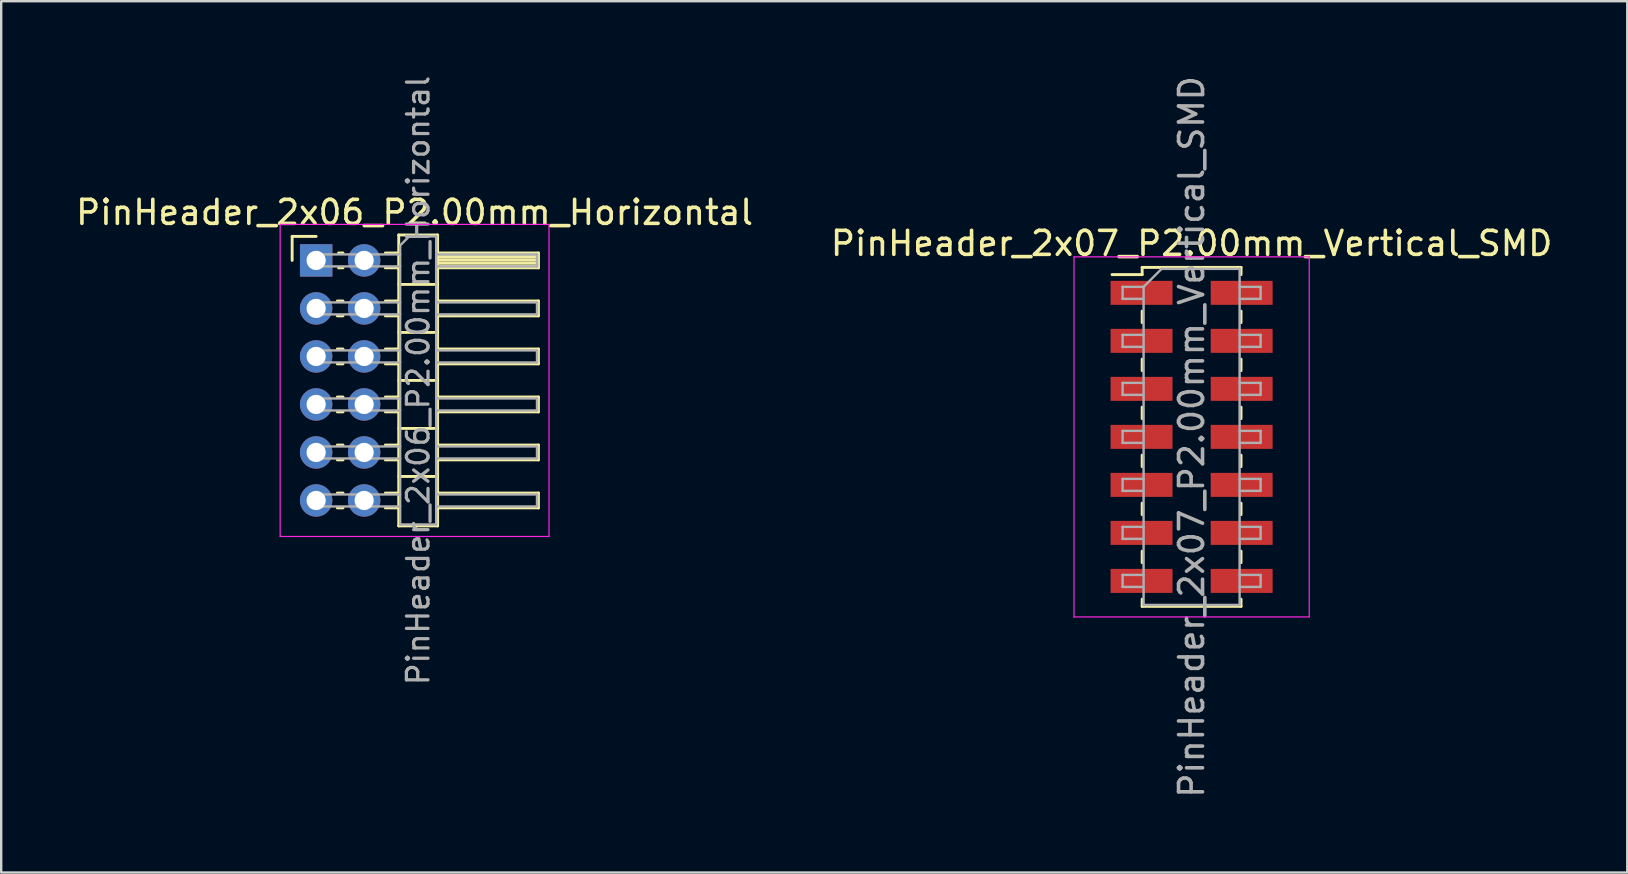
<source format=kicad_pcb>
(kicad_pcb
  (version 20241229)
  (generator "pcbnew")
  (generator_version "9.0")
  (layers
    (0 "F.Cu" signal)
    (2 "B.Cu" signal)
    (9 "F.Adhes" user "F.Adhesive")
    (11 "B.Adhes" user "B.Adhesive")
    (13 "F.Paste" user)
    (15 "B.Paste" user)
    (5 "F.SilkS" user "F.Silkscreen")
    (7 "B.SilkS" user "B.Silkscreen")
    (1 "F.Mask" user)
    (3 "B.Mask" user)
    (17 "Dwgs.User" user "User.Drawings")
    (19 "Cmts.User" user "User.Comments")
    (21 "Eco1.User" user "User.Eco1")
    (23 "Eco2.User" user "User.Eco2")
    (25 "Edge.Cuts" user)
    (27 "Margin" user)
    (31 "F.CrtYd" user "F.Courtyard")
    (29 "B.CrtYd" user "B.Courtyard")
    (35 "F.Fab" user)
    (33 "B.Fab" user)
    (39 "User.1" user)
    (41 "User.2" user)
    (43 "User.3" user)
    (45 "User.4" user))
  (footprint "PinHeader_2x06_P2.00mm_Horizontal"
    (layer "F.Cu")
    (at 10.12 7.798)
    (property "Reference" "PinHeader_2x06_P2.00mm_Horizontal" (at 4.1 -2 0) (layer "F.SilkS") (effects (font (size 1 1) (thickness 0.15))))
    (attr through_hole)
    (fp_line (start -1 -1) (end 0 -1) (stroke (width 0.12) (type solid)) (layer "F.SilkS"))
    (fp_line (start -1 0) (end -1 -1) (stroke (width 0.12) (type solid)) (layer "F.SilkS"))
    (fp_line (start 0.882 1.69) (end 1.118 1.69) (stroke (width 0.12) (type solid)) (layer "F.SilkS"))
    (fp_line (start 0.882 2.31) (end 1.118 2.31) (stroke (width 0.12) (type solid)) (layer "F.SilkS"))
    (fp_line (start 0.882 3.69) (end 1.118 3.69) (stroke (width 0.12) (type solid)) (layer "F.SilkS"))
    (fp_line (start 0.882 4.31) (end 1.118 4.31) (stroke (width 0.12) (type solid)) (layer "F.SilkS"))
    (fp_line (start 0.882 5.69) (end 1.118 5.69) (stroke (width 0.12) (type solid)) (layer "F.SilkS"))
    (fp_line (start 0.882 6.31) (end 1.118 6.31) (stroke (width 0.12) (type solid)) (layer "F.SilkS"))
    (fp_line (start 0.882 7.69) (end 1.118 7.69) (stroke (width 0.12) (type solid)) (layer "F.SilkS"))
    (fp_line (start 0.882 8.31) (end 1.118 8.31) (stroke (width 0.12) (type solid)) (layer "F.SilkS"))
    (fp_line (start 0.882 9.69) (end 1.118 9.69) (stroke (width 0.12) (type solid)) (layer "F.SilkS"))
    (fp_line (start 0.882 10.31) (end 1.118 10.31) (stroke (width 0.12) (type solid)) (layer "F.SilkS"))
    (fp_line (start 0.935 -0.31) (end 1.118 -0.31) (stroke (width 0.12) (type solid)) (layer "F.SilkS"))
    (fp_line (start 0.935 0.31) (end 1.118 0.31) (stroke (width 0.12) (type solid)) (layer "F.SilkS"))
    (fp_line (start 2.882 -0.31) (end 3.44 -0.31) (stroke (width 0.12) (type solid)) (layer "F.SilkS"))
    (fp_line (start 2.882 0.31) (end 3.44 0.31) (stroke (width 0.12) (type solid)) (layer "F.SilkS"))
    (fp_line (start 2.882 1.69) (end 3.44 1.69) (stroke (width 0.12) (type solid)) (layer "F.SilkS"))
    (fp_line (start 2.882 2.31) (end 3.44 2.31) (stroke (width 0.12) (type solid)) (layer "F.SilkS"))
    (fp_line (start 2.882 3.69) (end 3.44 3.69) (stroke (width 0.12) (type solid)) (layer "F.SilkS"))
    (fp_line (start 2.882 4.31) (end 3.44 4.31) (stroke (width 0.12) (type solid)) (layer "F.SilkS"))
    (fp_line (start 2.882 5.69) (end 3.44 5.69) (stroke (width 0.12) (type solid)) (layer "F.SilkS"))
    (fp_line (start 2.882 6.31) (end 3.44 6.31) (stroke (width 0.12) (type solid)) (layer "F.SilkS"))
    (fp_line (start 2.882 7.69) (end 3.44 7.69) (stroke (width 0.12) (type solid)) (layer "F.SilkS"))
    (fp_line (start 2.882 8.31) (end 3.44 8.31) (stroke (width 0.12) (type solid)) (layer "F.SilkS"))
    (fp_line (start 2.882 9.69) (end 3.44 9.69) (stroke (width 0.12) (type solid)) (layer "F.SilkS"))
    (fp_line (start 2.882 10.31) (end 3.44 10.31) (stroke (width 0.12) (type solid)) (layer "F.SilkS"))
    (fp_line (start 3.44 -1.06) (end 3.44 11.06) (stroke (width 0.12) (type solid)) (layer "F.SilkS"))
    (fp_line (start 3.44 1) (end 5.06 1) (stroke (width 0.12) (type solid)) (layer "F.SilkS"))
    (fp_line (start 3.44 3) (end 5.06 3) (stroke (width 0.12) (type solid)) (layer "F.SilkS"))
    (fp_line (start 3.44 5) (end 5.06 5) (stroke (width 0.12) (type solid)) (layer "F.SilkS"))
    (fp_line (start 3.44 7) (end 5.06 7) (stroke (width 0.12) (type solid)) (layer "F.SilkS"))
    (fp_line (start 3.44 9) (end 5.06 9) (stroke (width 0.12) (type solid)) (layer "F.SilkS"))
    (fp_line (start 3.44 11.06) (end 5.06 11.06) (stroke (width 0.12) (type solid)) (layer "F.SilkS"))
    (fp_line (start 5.06 -1.06) (end 3.44 -1.06) (stroke (width 0.12) (type solid)) (layer "F.SilkS"))
    (fp_line (start 5.06 -0.31) (end 9.26 -0.31) (stroke (width 0.12) (type solid)) (layer "F.SilkS"))
    (fp_line (start 5.06 -0.25) (end 9.26 -0.25) (stroke (width 0.12) (type solid)) (layer "F.SilkS"))
    (fp_line (start 5.06 -0.13) (end 9.26 -0.13) (stroke (width 0.12) (type solid)) (layer "F.SilkS"))
    (fp_line (start 5.06 -0.01) (end 9.26 -0.01) (stroke (width 0.12) (type solid)) (layer "F.SilkS"))
    (fp_line (start 5.06 0.11) (end 9.26 0.11) (stroke (width 0.12) (type solid)) (layer "F.SilkS"))
    (fp_line (start 5.06 0.23) (end 9.26 0.23) (stroke (width 0.12) (type solid)) (layer "F.SilkS"))
    (fp_line (start 5.06 1.69) (end 9.26 1.69) (stroke (width 0.12) (type solid)) (layer "F.SilkS"))
    (fp_line (start 5.06 3.69) (end 9.26 3.69) (stroke (width 0.12) (type solid)) (layer "F.SilkS"))
    (fp_line (start 5.06 5.69) (end 9.26 5.69) (stroke (width 0.12) (type solid)) (layer "F.SilkS"))
    (fp_line (start 5.06 7.69) (end 9.26 7.69) (stroke (width 0.12) (type solid)) (layer "F.SilkS"))
    (fp_line (start 5.06 9.69) (end 9.26 9.69) (stroke (width 0.12) (type solid)) (layer "F.SilkS"))
    (fp_line (start 5.06 11.06) (end 5.06 -1.06) (stroke (width 0.12) (type solid)) (layer "F.SilkS"))
    (fp_line (start 9.26 -0.31) (end 9.26 0.31) (stroke (width 0.12) (type solid)) (layer "F.SilkS"))
    (fp_line (start 9.26 0.31) (end 5.06 0.31) (stroke (width 0.12) (type solid)) (layer "F.SilkS"))
    (fp_line (start 9.26 1.69) (end 9.26 2.31) (stroke (width 0.12) (type solid)) (layer "F.SilkS"))
    (fp_line (start 9.26 2.31) (end 5.06 2.31) (stroke (width 0.12) (type solid)) (layer "F.SilkS"))
    (fp_line (start 9.26 3.69) (end 9.26 4.31) (stroke (width 0.12) (type solid)) (layer "F.SilkS"))
    (fp_line (start 9.26 4.31) (end 5.06 4.31) (stroke (width 0.12) (type solid)) (layer "F.SilkS"))
    (fp_line (start 9.26 5.69) (end 9.26 6.31) (stroke (width 0.12) (type solid)) (layer "F.SilkS"))
    (fp_line (start 9.26 6.31) (end 5.06 6.31) (stroke (width 0.12) (type solid)) (layer "F.SilkS"))
    (fp_line (start 9.26 7.69) (end 9.26 8.31) (stroke (width 0.12) (type solid)) (layer "F.SilkS"))
    (fp_line (start 9.26 8.31) (end 5.06 8.31) (stroke (width 0.12) (type solid)) (layer "F.SilkS"))
    (fp_line (start 9.26 9.69) (end 9.26 10.31) (stroke (width 0.12) (type solid)) (layer "F.SilkS"))
    (fp_line (start 9.26 10.31) (end 5.06 10.31) (stroke (width 0.12) (type solid)) (layer "F.SilkS"))
    (fp_line (start -1.5 -1.5) (end -1.5 11.5) (stroke (width 0.05) (type solid)) (layer "F.CrtYd"))
    (fp_line (start -1.5 11.5) (end 9.7 11.5) (stroke (width 0.05) (type solid)) (layer "F.CrtYd"))
    (fp_line (start 9.7 -1.5) (end -1.5 -1.5) (stroke (width 0.05) (type solid)) (layer "F.CrtYd"))
    (fp_line (start 9.7 11.5) (end 9.7 -1.5) (stroke (width 0.05) (type solid)) (layer "F.CrtYd"))
    (fp_line (start -0.25 -0.25) (end -0.25 0.25) (stroke (width 0.1) (type solid)) (layer "F.Fab"))
    (fp_line (start -0.25 -0.25) (end 3.5 -0.25) (stroke (width 0.1) (type solid)) (layer "F.Fab"))
    (fp_line (start -0.25 0.25) (end 3.5 0.25) (stroke (width 0.1) (type solid)) (layer "F.Fab"))
    (fp_line (start -0.25 1.75) (end -0.25 2.25) (stroke (width 0.1) (type solid)) (layer "F.Fab"))
    (fp_line (start -0.25 1.75) (end 3.5 1.75) (stroke (width 0.1) (type solid)) (layer "F.Fab"))
    (fp_line (start -0.25 2.25) (end 3.5 2.25) (stroke (width 0.1) (type solid)) (layer "F.Fab"))
    (fp_line (start -0.25 3.75) (end -0.25 4.25) (stroke (width 0.1) (type solid)) (layer "F.Fab"))
    (fp_line (start -0.25 3.75) (end 3.5 3.75) (stroke (width 0.1) (type solid)) (layer "F.Fab"))
    (fp_line (start -0.25 4.25) (end 3.5 4.25) (stroke (width 0.1) (type solid)) (layer "F.Fab"))
    (fp_line (start -0.25 5.75) (end -0.25 6.25) (stroke (width 0.1) (type solid)) (layer "F.Fab"))
    (fp_line (start -0.25 5.75) (end 3.5 5.75) (stroke (width 0.1) (type solid)) (layer "F.Fab"))
    (fp_line (start -0.25 6.25) (end 3.5 6.25) (stroke (width 0.1) (type solid)) (layer "F.Fab"))
    (fp_line (start -0.25 7.75) (end -0.25 8.25) (stroke (width 0.1) (type solid)) (layer "F.Fab"))
    (fp_line (start -0.25 7.75) (end 3.5 7.75) (stroke (width 0.1) (type solid)) (layer "F.Fab"))
    (fp_line (start -0.25 8.25) (end 3.5 8.25) (stroke (width 0.1) (type solid)) (layer "F.Fab"))
    (fp_line (start -0.25 9.75) (end -0.25 10.25) (stroke (width 0.1) (type solid)) (layer "F.Fab"))
    (fp_line (start -0.25 9.75) (end 3.5 9.75) (stroke (width 0.1) (type solid)) (layer "F.Fab"))
    (fp_line (start -0.25 10.25) (end 3.5 10.25) (stroke (width 0.1) (type solid)) (layer "F.Fab"))
    (fp_line (start 3.5 -0.625) (end 3.875 -1) (stroke (width 0.1) (type solid)) (layer "F.Fab"))
    (fp_line (start 3.5 11) (end 3.5 -0.625) (stroke (width 0.1) (type solid)) (layer "F.Fab"))
    (fp_line (start 3.875 -1) (end 5 -1) (stroke (width 0.1) (type solid)) (layer "F.Fab"))
    (fp_line (start 5 -1) (end 5 11) (stroke (width 0.1) (type solid)) (layer "F.Fab"))
    (fp_line (start 5 -0.25) (end 9.2 -0.25) (stroke (width 0.1) (type solid)) (layer "F.Fab"))
    (fp_line (start 5 0.25) (end 9.2 0.25) (stroke (width 0.1) (type solid)) (layer "F.Fab"))
    (fp_line (start 5 1.75) (end 9.2 1.75) (stroke (width 0.1) (type solid)) (layer "F.Fab"))
    (fp_line (start 5 2.25) (end 9.2 2.25) (stroke (width 0.1) (type solid)) (layer "F.Fab"))
    (fp_line (start 5 3.75) (end 9.2 3.75) (stroke (width 0.1) (type solid)) (layer "F.Fab"))
    (fp_line (start 5 4.25) (end 9.2 4.25) (stroke (width 0.1) (type solid)) (layer "F.Fab"))
    (fp_line (start 5 5.75) (end 9.2 5.75) (stroke (width 0.1) (type solid)) (layer "F.Fab"))
    (fp_line (start 5 6.25) (end 9.2 6.25) (stroke (width 0.1) (type solid)) (layer "F.Fab"))
    (fp_line (start 5 7.75) (end 9.2 7.75) (stroke (width 0.1) (type solid)) (layer "F.Fab"))
    (fp_line (start 5 8.25) (end 9.2 8.25) (stroke (width 0.1) (type solid)) (layer "F.Fab"))
    (fp_line (start 5 9.75) (end 9.2 9.75) (stroke (width 0.1) (type solid)) (layer "F.Fab"))
    (fp_line (start 5 10.25) (end 9.2 10.25) (stroke (width 0.1) (type solid)) (layer "F.Fab"))
    (fp_line (start 5 11) (end 3.5 11) (stroke (width 0.1) (type solid)) (layer "F.Fab"))
    (fp_line (start 9.2 -0.25) (end 9.2 0.25) (stroke (width 0.1) (type solid)) (layer "F.Fab"))
    (fp_line (start 9.2 1.75) (end 9.2 2.25) (stroke (width 0.1) (type solid)) (layer "F.Fab"))
    (fp_line (start 9.2 3.75) (end 9.2 4.25) (stroke (width 0.1) (type solid)) (layer "F.Fab"))
    (fp_line (start 9.2 5.75) (end 9.2 6.25) (stroke (width 0.1) (type solid)) (layer "F.Fab"))
    (fp_line (start 9.2 7.75) (end 9.2 8.25) (stroke (width 0.1) (type solid)) (layer "F.Fab"))
    (fp_line (start 9.2 9.75) (end 9.2 10.25) (stroke (width 0.1) (type solid)) (layer "F.Fab"))
    (fp_text user "${REFERENCE}" (at 4.25 5 90) (layer "F.Fab") (effects (font (size 0.9 0.9) (thickness 0.135))))
    (pad "1" thru_hole rect (at 0 0) (size 1.35 1.35) (drill 0.8) (layers "*.Cu" "*.Mask"))
    (pad "2" thru_hole oval (at 2 0) (size 1.35 1.35) (drill 0.8) (layers "*.Cu" "*.Mask"))
    (pad "3" thru_hole oval (at 0 2) (size 1.35 1.35) (drill 0.8) (layers "*.Cu" "*.Mask"))
    (pad "4" thru_hole oval (at 2 2) (size 1.35 1.35) (drill 0.8) (layers "*.Cu" "*.Mask"))
    (pad "5" thru_hole oval (at 0 4) (size 1.35 1.35) (drill 0.8) (layers "*.Cu" "*.Mask"))
    (pad "6" thru_hole oval (at 2 4) (size 1.35 1.35) (drill 0.8) (layers "*.Cu" "*.Mask"))
    (pad "7" thru_hole oval (at 0 6) (size 1.35 1.35) (drill 0.8) (layers "*.Cu" "*.Mask"))
    (pad "8" thru_hole oval (at 2 6) (size 1.35 1.35) (drill 0.8) (layers "*.Cu" "*.Mask"))
    (pad "9" thru_hole oval (at 0 8) (size 1.35 1.35) (drill 0.8) (layers "*.Cu" "*.Mask"))
    (pad "10" thru_hole oval (at 2 8) (size 1.35 1.35) (drill 0.8) (layers "*.Cu" "*.Mask"))
    (pad "11" thru_hole oval (at 0 10) (size 1.35 1.35) (drill 0.8) (layers "*.Cu" "*.Mask"))
    (pad "12" thru_hole oval (at 2 10) (size 1.35 1.35) (drill 0.8) (layers "*.Cu" "*.Mask")))
  (footprint "PinHeader_2x07_P2.00mm_Vertical_SMD"
    (layer "F.Cu")
    (at 46.589 15.149)
    (property "Reference" "PinHeader_2x07_P2.00mm_Vertical_SMD" (at 0 -8.06 0) (layer "F.SilkS") (effects (font (size 1 1) (thickness 0.15))))
    (attr smd)
    (fp_line (start -3.315 -6.76) (end -2.06 -6.76) (stroke (width 0.12) (type solid)) (layer "F.SilkS"))
    (fp_line (start -2.06 -7.06) (end -2.06 -6.76) (stroke (width 0.12) (type solid)) (layer "F.SilkS"))
    (fp_line (start -2.06 -7.06) (end 2.06 -7.06) (stroke (width 0.12) (type solid)) (layer "F.SilkS"))
    (fp_line (start -2.06 -5.24) (end -2.06 -4.76) (stroke (width 0.12) (type solid)) (layer "F.SilkS"))
    (fp_line (start -2.06 -3.24) (end -2.06 -2.76) (stroke (width 0.12) (type solid)) (layer "F.SilkS"))
    (fp_line (start -2.06 -1.24) (end -2.06 -0.76) (stroke (width 0.12) (type solid)) (layer "F.SilkS"))
    (fp_line (start -2.06 0.76) (end -2.06 1.24) (stroke (width 0.12) (type solid)) (layer "F.SilkS"))
    (fp_line (start -2.06 2.76) (end -2.06 3.24) (stroke (width 0.12) (type solid)) (layer "F.SilkS"))
    (fp_line (start -2.06 4.76) (end -2.06 5.24) (stroke (width 0.12) (type solid)) (layer "F.SilkS"))
    (fp_line (start -2.06 6.76) (end -2.06 7.06) (stroke (width 0.12) (type solid)) (layer "F.SilkS"))
    (fp_line (start -2.06 7.06) (end 2.06 7.06) (stroke (width 0.12) (type solid)) (layer "F.SilkS"))
    (fp_line (start 2.06 -7.06) (end 2.06 -6.76) (stroke (width 0.12) (type solid)) (layer "F.SilkS"))
    (fp_line (start 2.06 -5.24) (end 2.06 -4.76) (stroke (width 0.12) (type solid)) (layer "F.SilkS"))
    (fp_line (start 2.06 -3.24) (end 2.06 -2.76) (stroke (width 0.12) (type solid)) (layer "F.SilkS"))
    (fp_line (start 2.06 -1.24) (end 2.06 -0.76) (stroke (width 0.12) (type solid)) (layer "F.SilkS"))
    (fp_line (start 2.06 0.76) (end 2.06 1.24) (stroke (width 0.12) (type solid)) (layer "F.SilkS"))
    (fp_line (start 2.06 2.76) (end 2.06 3.24) (stroke (width 0.12) (type solid)) (layer "F.SilkS"))
    (fp_line (start 2.06 4.76) (end 2.06 5.24) (stroke (width 0.12) (type solid)) (layer "F.SilkS"))
    (fp_line (start 2.06 6.76) (end 2.06 7.06) (stroke (width 0.12) (type solid)) (layer "F.SilkS"))
    (fp_line (start -4.9 -7.5) (end -4.9 7.5) (stroke (width 0.05) (type solid)) (layer "F.CrtYd"))
    (fp_line (start -4.9 7.5) (end 4.9 7.5) (stroke (width 0.05) (type solid)) (layer "F.CrtYd"))
    (fp_line (start 4.9 -7.5) (end -4.9 -7.5) (stroke (width 0.05) (type solid)) (layer "F.CrtYd"))
    (fp_line (start 4.9 7.5) (end 4.9 -7.5) (stroke (width 0.05) (type solid)) (layer "F.CrtYd"))
    (fp_line (start -2.875 -6.25) (end -2.875 -5.75) (stroke (width 0.1) (type solid)) (layer "F.Fab"))
    (fp_line (start -2.875 -5.75) (end -2 -5.75) (stroke (width 0.1) (type solid)) (layer "F.Fab"))
    (fp_line (start -2.875 -4.25) (end -2.875 -3.75) (stroke (width 0.1) (type solid)) (layer "F.Fab"))
    (fp_line (start -2.875 -3.75) (end -2 -3.75) (stroke (width 0.1) (type solid)) (layer "F.Fab"))
    (fp_line (start -2.875 -2.25) (end -2.875 -1.75) (stroke (width 0.1) (type solid)) (layer "F.Fab"))
    (fp_line (start -2.875 -1.75) (end -2 -1.75) (stroke (width 0.1) (type solid)) (layer "F.Fab"))
    (fp_line (start -2.875 -0.25) (end -2.875 0.25) (stroke (width 0.1) (type solid)) (layer "F.Fab"))
    (fp_line (start -2.875 0.25) (end -2 0.25) (stroke (width 0.1) (type solid)) (layer "F.Fab"))
    (fp_line (start -2.875 1.75) (end -2.875 2.25) (stroke (width 0.1) (type solid)) (layer "F.Fab"))
    (fp_line (start -2.875 2.25) (end -2 2.25) (stroke (width 0.1) (type solid)) (layer "F.Fab"))
    (fp_line (start -2.875 3.75) (end -2.875 4.25) (stroke (width 0.1) (type solid)) (layer "F.Fab"))
    (fp_line (start -2.875 4.25) (end -2 4.25) (stroke (width 0.1) (type solid)) (layer "F.Fab"))
    (fp_line (start -2.875 5.75) (end -2.875 6.25) (stroke (width 0.1) (type solid)) (layer "F.Fab"))
    (fp_line (start -2.875 6.25) (end -2 6.25) (stroke (width 0.1) (type solid)) (layer "F.Fab"))
    (fp_line (start -2 -6.25) (end -2.875 -6.25) (stroke (width 0.1) (type solid)) (layer "F.Fab"))
    (fp_line (start -2 -6.25) (end -1.25 -7) (stroke (width 0.1) (type solid)) (layer "F.Fab"))
    (fp_line (start -2 -4.25) (end -2.875 -4.25) (stroke (width 0.1) (type solid)) (layer "F.Fab"))
    (fp_line (start -2 -2.25) (end -2.875 -2.25) (stroke (width 0.1) (type solid)) (layer "F.Fab"))
    (fp_line (start -2 -0.25) (end -2.875 -0.25) (stroke (width 0.1) (type solid)) (layer "F.Fab"))
    (fp_line (start -2 1.75) (end -2.875 1.75) (stroke (width 0.1) (type solid)) (layer "F.Fab"))
    (fp_line (start -2 3.75) (end -2.875 3.75) (stroke (width 0.1) (type solid)) (layer "F.Fab"))
    (fp_line (start -2 5.75) (end -2.875 5.75) (stroke (width 0.1) (type solid)) (layer "F.Fab"))
    (fp_line (start -2 7) (end -2 -6.25) (stroke (width 0.1) (type solid)) (layer "F.Fab"))
    (fp_line (start -1.25 -7) (end 2 -7) (stroke (width 0.1) (type solid)) (layer "F.Fab"))
    (fp_line (start 2 -7) (end 2 7) (stroke (width 0.1) (type solid)) (layer "F.Fab"))
    (fp_line (start 2 -6.25) (end 2.875 -6.25) (stroke (width 0.1) (type solid)) (layer "F.Fab"))
    (fp_line (start 2 -4.25) (end 2.875 -4.25) (stroke (width 0.1) (type solid)) (layer "F.Fab"))
    (fp_line (start 2 -2.25) (end 2.875 -2.25) (stroke (width 0.1) (type solid)) (layer "F.Fab"))
    (fp_line (start 2 -0.25) (end 2.875 -0.25) (stroke (width 0.1) (type solid)) (layer "F.Fab"))
    (fp_line (start 2 1.75) (end 2.875 1.75) (stroke (width 0.1) (type solid)) (layer "F.Fab"))
    (fp_line (start 2 3.75) (end 2.875 3.75) (stroke (width 0.1) (type solid)) (layer "F.Fab"))
    (fp_line (start 2 5.75) (end 2.875 5.75) (stroke (width 0.1) (type solid)) (layer "F.Fab"))
    (fp_line (start 2 7) (end -2 7) (stroke (width 0.1) (type solid)) (layer "F.Fab"))
    (fp_line (start 2.875 -6.25) (end 2.875 -5.75) (stroke (width 0.1) (type solid)) (layer "F.Fab"))
    (fp_line (start 2.875 -5.75) (end 2 -5.75) (stroke (width 0.1) (type solid)) (layer "F.Fab"))
    (fp_line (start 2.875 -4.25) (end 2.875 -3.75) (stroke (width 0.1) (type solid)) (layer "F.Fab"))
    (fp_line (start 2.875 -3.75) (end 2 -3.75) (stroke (width 0.1) (type solid)) (layer "F.Fab"))
    (fp_line (start 2.875 -2.25) (end 2.875 -1.75) (stroke (width 0.1) (type solid)) (layer "F.Fab"))
    (fp_line (start 2.875 -1.75) (end 2 -1.75) (stroke (width 0.1) (type solid)) (layer "F.Fab"))
    (fp_line (start 2.875 -0.25) (end 2.875 0.25) (stroke (width 0.1) (type solid)) (layer "F.Fab"))
    (fp_line (start 2.875 0.25) (end 2 0.25) (stroke (width 0.1) (type solid)) (layer "F.Fab"))
    (fp_line (start 2.875 1.75) (end 2.875 2.25) (stroke (width 0.1) (type solid)) (layer "F.Fab"))
    (fp_line (start 2.875 2.25) (end 2 2.25) (stroke (width 0.1) (type solid)) (layer "F.Fab"))
    (fp_line (start 2.875 3.75) (end 2.875 4.25) (stroke (width 0.1) (type solid)) (layer "F.Fab"))
    (fp_line (start 2.875 4.25) (end 2 4.25) (stroke (width 0.1) (type solid)) (layer "F.Fab"))
    (fp_line (start 2.875 5.75) (end 2.875 6.25) (stroke (width 0.1) (type solid)) (layer "F.Fab"))
    (fp_line (start 2.875 6.25) (end 2 6.25) (stroke (width 0.1) (type solid)) (layer "F.Fab"))
    (fp_text user "${REFERENCE}" (at 0 0 90) (layer "F.Fab") (effects (font (size 1 1) (thickness 0.15))))
    (pad "1" smd rect (at -2.085 -6) (size 2.58 1) (layers "F.Cu" "F.Mask" "F.Paste"))
    (pad "2" smd rect (at 2.085 -6) (size 2.58 1) (layers "F.Cu" "F.Mask" "F.Paste"))
    (pad "3" smd rect (at -2.085 -4) (size 2.58 1) (layers "F.Cu" "F.Mask" "F.Paste"))
    (pad "4" smd rect (at 2.085 -4) (size 2.58 1) (layers "F.Cu" "F.Mask" "F.Paste"))
    (pad "5" smd rect (at -2.085 -2) (size 2.58 1) (layers "F.Cu" "F.Mask" "F.Paste"))
    (pad "6" smd rect (at 2.085 -2) (size 2.58 1) (layers "F.Cu" "F.Mask" "F.Paste"))
    (pad "7" smd rect (at -2.085 0) (size 2.58 1) (layers "F.Cu" "F.Mask" "F.Paste"))
    (pad "8" smd rect (at 2.085 0) (size 2.58 1) (layers "F.Cu" "F.Mask" "F.Paste"))
    (pad "9" smd rect (at -2.085 2) (size 2.58 1) (layers "F.Cu" "F.Mask" "F.Paste"))
    (pad "10" smd rect (at 2.085 2) (size 2.58 1) (layers "F.Cu" "F.Mask" "F.Paste"))
    (pad "11" smd rect (at -2.085 4) (size 2.58 1) (layers "F.Cu" "F.Mask" "F.Paste"))
    (pad "12" smd rect (at 2.085 4) (size 2.58 1) (layers "F.Cu" "F.Mask" "F.Paste"))
    (pad "13" smd rect (at -2.085 6) (size 2.58 1) (layers "F.Cu" "F.Mask" "F.Paste"))
    (pad "14" smd rect (at 2.085 6) (size 2.58 1) (layers "F.Cu" "F.Mask" "F.Paste")))
  (gr_rect
    (start -3 -3)
    (end 64.738 33.298)
    (stroke (width 0.1) (type default))
    (fill no)
    (layer "Edge.Cuts")))
</source>
